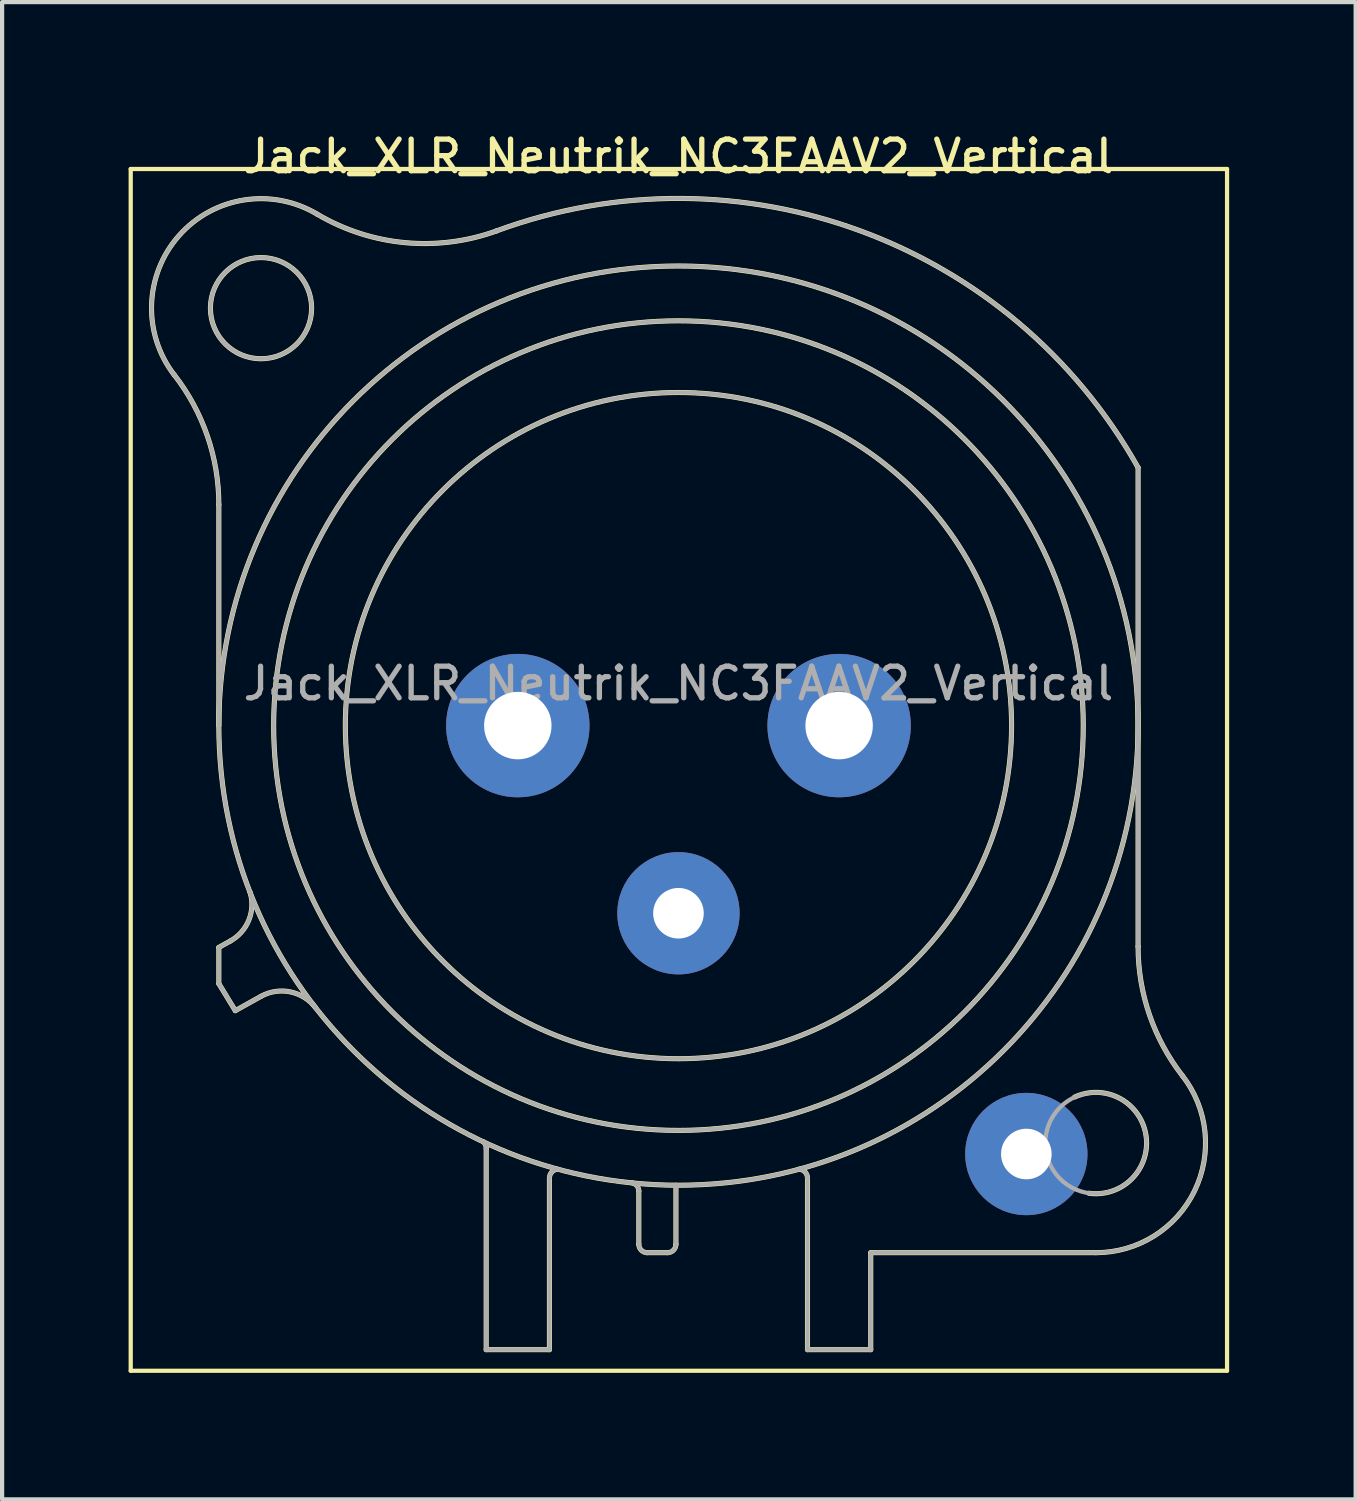
<source format=kicad_pcb>
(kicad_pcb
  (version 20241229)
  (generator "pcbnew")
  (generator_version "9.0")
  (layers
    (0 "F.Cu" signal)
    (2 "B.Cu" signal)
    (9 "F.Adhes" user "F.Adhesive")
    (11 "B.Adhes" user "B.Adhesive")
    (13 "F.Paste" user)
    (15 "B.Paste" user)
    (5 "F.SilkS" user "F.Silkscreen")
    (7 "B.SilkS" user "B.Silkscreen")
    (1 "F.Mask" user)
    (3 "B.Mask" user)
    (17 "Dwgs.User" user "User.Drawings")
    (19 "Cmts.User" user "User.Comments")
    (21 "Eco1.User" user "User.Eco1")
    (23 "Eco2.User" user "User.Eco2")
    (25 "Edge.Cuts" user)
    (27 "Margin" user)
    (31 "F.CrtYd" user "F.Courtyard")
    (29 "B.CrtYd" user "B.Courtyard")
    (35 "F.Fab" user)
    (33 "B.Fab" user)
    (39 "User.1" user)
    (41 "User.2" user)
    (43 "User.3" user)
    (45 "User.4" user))
  (footprint "Jack_XLR_Neutrik_NC3FAAV2_Vertical"
    (layer "F.Cu")
    (at 16.85 14.158)
    (property "Reference" "Jack_XLR_Neutrik_NC3FAAV2_Vertical" (at -3.81 -13.5 0) (layer "F.SilkS") (effects (font (size 0.75 0.75) (thickness 0.125))))
    (attr through_hole)
    (fp_line (start -16.8 -13.2) (end 9.2 -13.2) (stroke (width 0.1) (type solid)) (layer "F.SilkS"))
    (fp_line (start -16.8 15.3) (end -16.8 -13.2) (stroke (width 0.1) (type solid)) (layer "F.SilkS"))
    (fp_line (start -14.71 0) (end -14.71 -5.24) (stroke (width 0.12) (type solid)) (layer "F.SilkS"))
    (fp_line (start -14.71 5.26) (end -14.44 5.11) (stroke (width 0.12) (type solid)) (layer "F.SilkS"))
    (fp_line (start -14.71 6.12) (end -14.71 5.26) (stroke (width 0.12) (type solid)) (layer "F.SilkS"))
    (fp_line (start -14.32 6.76) (end -14.71 6.12) (stroke (width 0.12) (type solid)) (layer "F.SilkS"))
    (fp_line (start -13.71 6.42) (end -14.32 6.76) (stroke (width 0.12) (type solid)) (layer "F.SilkS"))
    (fp_line (start -8.37 10.03) (end -8.37 14.8) (stroke (width 0.12) (type solid)) (layer "F.SilkS"))
    (fp_line (start -6.87 14.8) (end -8.37 14.8) (stroke (width 0.12) (type solid)) (layer "F.SilkS"))
    (fp_line (start -6.87 14.8) (end -6.87 10.73) (stroke (width 0.12) (type solid)) (layer "F.SilkS"))
    (fp_line (start -4.75 11.04) (end -4.75 12.3) (stroke (width 0.12) (type solid)) (layer "F.SilkS"))
    (fp_line (start -4.07 12.5) (end -4.55 12.5) (stroke (width 0.12) (type solid)) (layer "F.SilkS"))
    (fp_line (start -3.87 10.9) (end -3.87 12.3) (stroke (width 0.12) (type solid)) (layer "F.SilkS"))
    (fp_line (start -0.75 10.73) (end -0.75 10.73) (stroke (width 0.12) (type solid)) (layer "F.SilkS"))
    (fp_line (start -0.75 14.8) (end -0.75 10.73) (stroke (width 0.12) (type solid)) (layer "F.SilkS"))
    (fp_line (start 0.75 12.5) (end 6.09 12.5) (stroke (width 0.12) (type solid)) (layer "F.SilkS"))
    (fp_line (start 0.75 14.8) (end -0.75 14.8) (stroke (width 0.12) (type solid)) (layer "F.SilkS"))
    (fp_line (start 0.75 14.8) (end 0.75 12.5) (stroke (width 0.12) (type solid)) (layer "F.SilkS"))
    (fp_line (start 7.09 5.24) (end 7.09 -6.12) (stroke (width 0.12) (type solid)) (layer "F.SilkS"))
    (fp_line (start 9.2 -13.2) (end 9.2 15.3) (stroke (width 0.1) (type solid)) (layer "F.SilkS"))
    (fp_line (start 9.2 15.3) (end -16.8 15.3) (stroke (width 0.1) (type solid)) (layer "F.SilkS"))
    (fp_arc (start -15.766689 -8.317569) (mid -14.98153 -6.866962) (end -14.71 -5.24) (stroke (width 0.12) (type solid)) (layer "F.SilkS"))
    (fp_arc (start -15.761979 -8.309032) (mid -15.65429 -11.620911) (end -12.38 -12.13) (stroke (width 0.12) (type solid)) (layer "F.SilkS"))
    (fp_arc (start -13.969214 3.951372) (mid -13.999461 4.614043) (end -14.44 5.11) (stroke (width 0.12) (type solid)) (layer "F.SilkS"))
    (fp_arc (start -13.71 6.42) (mid -13.01025 6.315915) (end -12.412202 6.693832) (stroke (width 0.12) (type solid)) (layer "F.SilkS"))
    (fp_arc (start -8.436364 9.870864) (mid -8.385177 9.942924) (end -8.37 10.03) (stroke (width 0.12) (type solid)) (layer "F.SilkS"))
    (fp_arc (start -8.12905 -11.730738) (mid 0.51404 -11.7289) (end 7.09 -6.12) (stroke (width 0.12) (type solid)) (layer "F.SilkS"))
    (fp_arc (start -8.118081 -11.733841) (mid -10.293498 -11.453642) (end -12.38 -12.13) (stroke (width 0.12) (type solid)) (layer "F.SilkS"))
    (fp_arc (start -6.87 10.73) (mid -6.814828 10.588126) (end -6.678303 10.520799) (stroke (width 0.12) (type solid)) (layer "F.SilkS"))
    (fp_arc (start -4.908418 10.84437) (mid -4.794571 10.914136) (end -4.75 11.04) (stroke (width 0.12) (type solid)) (layer "F.SilkS"))
    (fp_arc (start -4.55 12.5) (mid -4.691421 12.441421) (end -4.75 12.3) (stroke (width 0.12) (type solid)) (layer "F.SilkS"))
    (fp_arc (start -3.87 12.3) (mid -3.928579 12.441421) (end -4.07 12.5) (stroke (width 0.12) (type solid)) (layer "F.SilkS"))
    (fp_arc (start -0.949009 10.520288) (mid -0.807671 10.585446) (end -0.75 10.73) (stroke (width 0.12) (type solid)) (layer "F.SilkS"))
    (fp_arc (start 5.584454 8.809393) (mid 7.279278 9.725021) (end 5.92 11.09) (stroke (width 0.12) (type solid)) (layer "F.SilkS"))
    (fp_arc (start 8.141619 8.302858) (mid 8.42587 11.041804) (end 6.09 12.5) (stroke (width 0.12) (type solid)) (layer "F.SilkS"))
    (fp_arc (start 8.14247 8.305283) (mid 7.360446 6.860467) (end 7.09 5.24) (stroke (width 0.12) (type solid)) (layer "F.SilkS"))
    (fp_circle (center -13.71 -9.9) (end -12.51 -9.9) (stroke (width 0.12) (type solid)) (fill no) (layer "F.SilkS"))
    (fp_circle (center -3.81 0) (end 4.09 0) (stroke (width 0.12) (type solid)) (fill no) (layer "F.SilkS"))
    (fp_circle (center -3.81 0) (end 5.79 0) (stroke (width 0.12) (type solid)) (fill no) (layer "F.SilkS"))
    (fp_circle (center -3.81 0) (end 7.09 0) (stroke (width 0.12) (type solid)) (fill no) (layer "F.SilkS"))
    (fp_line (start -14.71 0) (end -14.71 -5.24) (stroke (width 0.1) (type solid)) (layer "F.Fab"))
    (fp_line (start -14.71 5.26) (end -14.44 5.11) (stroke (width 0.1) (type solid)) (layer "F.Fab"))
    (fp_line (start -14.71 6.12) (end -14.71 5.26) (stroke (width 0.1) (type solid)) (layer "F.Fab"))
    (fp_line (start -14.32 6.76) (end -14.71 6.12) (stroke (width 0.1) (type solid)) (layer "F.Fab"))
    (fp_line (start -13.71 6.42) (end -14.32 6.76) (stroke (width 0.1) (type solid)) (layer "F.Fab"))
    (fp_line (start -8.37 10.03) (end -8.37 14.8) (stroke (width 0.1) (type solid)) (layer "F.Fab"))
    (fp_line (start -6.87 14.8) (end -8.37 14.8) (stroke (width 0.1) (type solid)) (layer "F.Fab"))
    (fp_line (start -6.87 14.8) (end -6.87 10.73) (stroke (width 0.1) (type solid)) (layer "F.Fab"))
    (fp_line (start -4.75 11.04) (end -4.75 12.3) (stroke (width 0.1) (type solid)) (layer "F.Fab"))
    (fp_line (start -4.07 12.5) (end -4.55 12.5) (stroke (width 0.1) (type solid)) (layer "F.Fab"))
    (fp_line (start -3.87 10.9) (end -3.87 12.3) (stroke (width 0.1) (type solid)) (layer "F.Fab"))
    (fp_line (start -0.75 10.73) (end -0.75 10.73) (stroke (width 0.1) (type solid)) (layer "F.Fab"))
    (fp_line (start -0.75 14.8) (end -0.75 10.73) (stroke (width 0.1) (type solid)) (layer "F.Fab"))
    (fp_line (start 0.75 12.5) (end 6.09 12.5) (stroke (width 0.1) (type solid)) (layer "F.Fab"))
    (fp_line (start 0.75 14.8) (end -0.75 14.8) (stroke (width 0.1) (type solid)) (layer "F.Fab"))
    (fp_line (start 0.75 14.8) (end 0.75 12.5) (stroke (width 0.1) (type solid)) (layer "F.Fab"))
    (fp_line (start 7.09 5.24) (end 7.09 -6.12) (stroke (width 0.1) (type solid)) (layer "F.Fab"))
    (fp_arc (start -15.766689 -8.317569) (mid -14.98153 -6.866962) (end -14.71 -5.24) (stroke (width 0.1) (type solid)) (layer "F.Fab"))
    (fp_arc (start -15.761979 -8.309032) (mid -15.65429 -11.620911) (end -12.38 -12.13) (stroke (width 0.1) (type solid)) (layer "F.Fab"))
    (fp_arc (start -13.969214 3.951372) (mid -13.999461 4.614043) (end -14.44 5.11) (stroke (width 0.1) (type solid)) (layer "F.Fab"))
    (fp_arc (start -13.71 6.42) (mid -13.01025 6.315915) (end -12.412202 6.693832) (stroke (width 0.1) (type solid)) (layer "F.Fab"))
    (fp_arc (start -8.436364 9.870864) (mid -8.385177 9.942924) (end -8.37 10.03) (stroke (width 0.1) (type solid)) (layer "F.Fab"))
    (fp_arc (start -8.12905 -11.730738) (mid 0.51404 -11.7289) (end 7.09 -6.12) (stroke (width 0.1) (type solid)) (layer "F.Fab"))
    (fp_arc (start -8.118081 -11.733841) (mid -10.293498 -11.453642) (end -12.38 -12.13) (stroke (width 0.1) (type solid)) (layer "F.Fab"))
    (fp_arc (start -6.87 10.73) (mid -6.814828 10.588126) (end -6.678303 10.520799) (stroke (width 0.1) (type solid)) (layer "F.Fab"))
    (fp_arc (start -4.908418 10.84437) (mid -4.794571 10.914136) (end -4.75 11.04) (stroke (width 0.1) (type solid)) (layer "F.Fab"))
    (fp_arc (start -4.55 12.5) (mid -4.691421 12.441421) (end -4.75 12.3) (stroke (width 0.1) (type solid)) (layer "F.Fab"))
    (fp_arc (start -3.87 12.3) (mid -3.928579 12.441421) (end -4.07 12.5) (stroke (width 0.1) (type solid)) (layer "F.Fab"))
    (fp_arc (start -0.949009 10.520288) (mid -0.807671 10.585446) (end -0.75 10.73) (stroke (width 0.1) (type solid)) (layer "F.Fab"))
    (fp_arc (start 8.141619 8.302858) (mid 8.42587 11.041804) (end 6.09 12.5) (stroke (width 0.1) (type solid)) (layer "F.Fab"))
    (fp_arc (start 8.14247 8.305283) (mid 7.360446 6.860467) (end 7.09 5.24) (stroke (width 0.1) (type solid)) (layer "F.Fab"))
    (fp_circle (center -13.71 -9.9) (end -12.51 -9.9) (stroke (width 0.1) (type solid)) (fill no) (layer "F.Fab"))
    (fp_circle (center -3.81 0) (end 4.09 0) (stroke (width 0.1) (type solid)) (fill no) (layer "F.Fab"))
    (fp_circle (center -3.81 0) (end 5.79 0) (stroke (width 0.1) (type solid)) (fill no) (layer "F.Fab"))
    (fp_circle (center -3.81 0) (end 7.09 0) (stroke (width 0.1) (type solid)) (fill no) (layer "F.Fab"))
    (fp_circle (center 6.09 9.9) (end 7.29 9.9) (stroke (width 0.1) (type solid)) (fill no) (layer "F.Fab"))
    (fp_text user "${REFERENCE}" (at -3.81 -1 0) (layer "F.Fab") (effects (font (size 0.75 0.75) (thickness 0.125))))
    (pad "1" thru_hole circle (at 0 0) (size 3.4 3.4) (drill 1.6) (layers "*.Cu" "*.Mask"))
    (pad "2" thru_hole circle (at -7.62 0) (size 3.4 3.4) (drill 1.6) (layers "*.Cu" "*.Mask"))
    (pad "3" thru_hole circle (at -3.81 4.45) (size 2.9 2.9) (drill 1.2) (layers "*.Cu" "*.Mask"))
    (pad "G" thru_hole circle (at 4.44 10.16) (size 2.9 2.9) (drill 1.2) (layers "*.Cu" "*.Mask")))
  (gr_rect
    (start -3 -3)
    (end 29.1 32.508)
    (stroke (width 0.1) (type default))
    (fill no)
    (layer "Edge.Cuts")))
</source>
